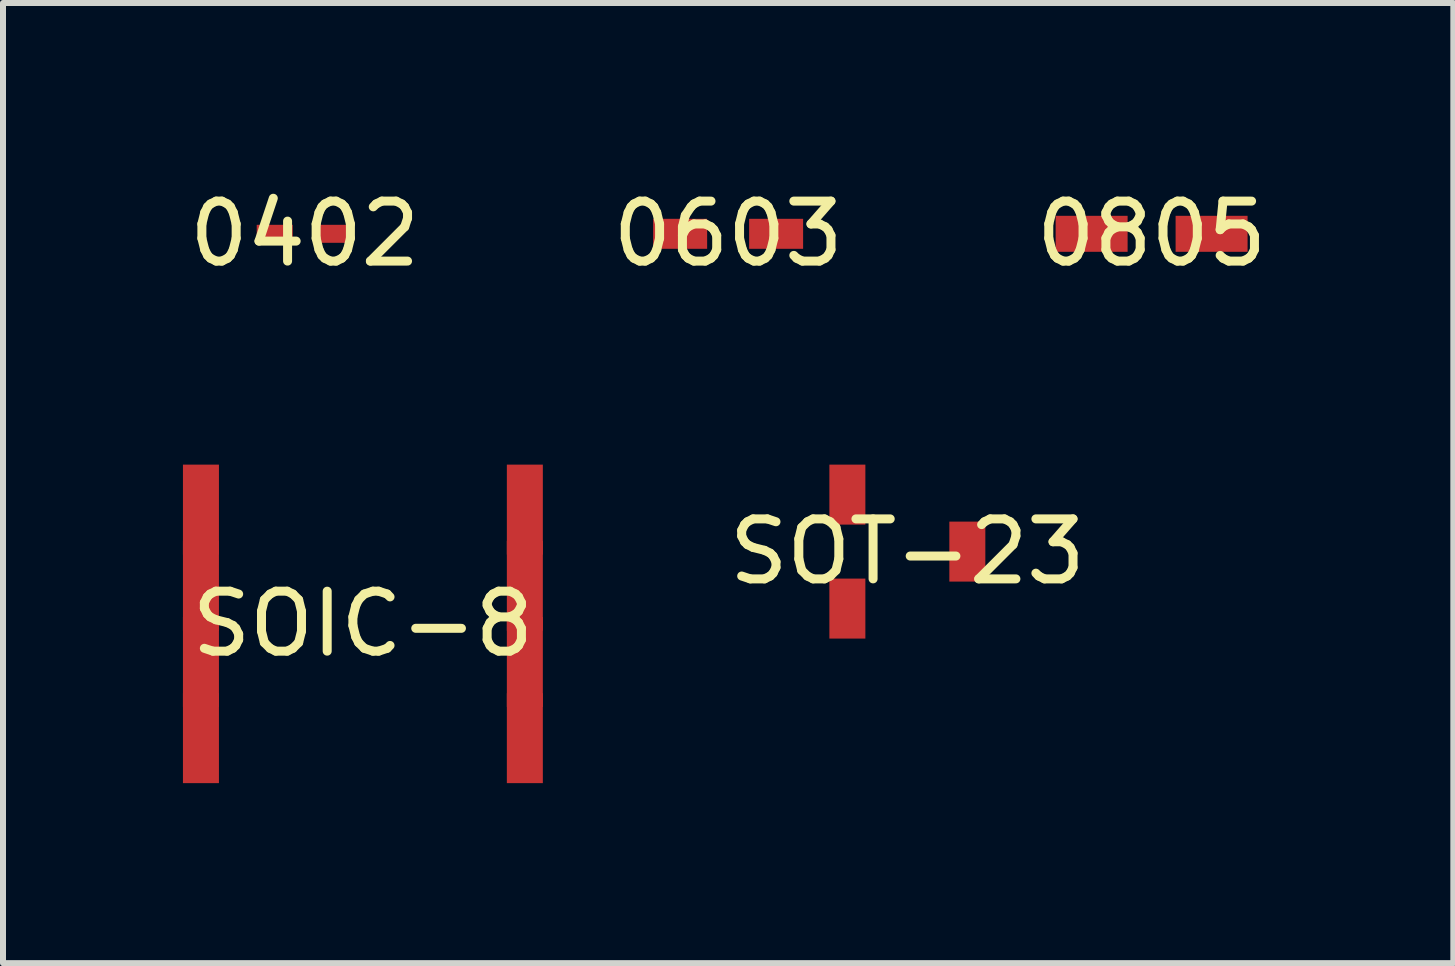
<source format=kicad_pcb>
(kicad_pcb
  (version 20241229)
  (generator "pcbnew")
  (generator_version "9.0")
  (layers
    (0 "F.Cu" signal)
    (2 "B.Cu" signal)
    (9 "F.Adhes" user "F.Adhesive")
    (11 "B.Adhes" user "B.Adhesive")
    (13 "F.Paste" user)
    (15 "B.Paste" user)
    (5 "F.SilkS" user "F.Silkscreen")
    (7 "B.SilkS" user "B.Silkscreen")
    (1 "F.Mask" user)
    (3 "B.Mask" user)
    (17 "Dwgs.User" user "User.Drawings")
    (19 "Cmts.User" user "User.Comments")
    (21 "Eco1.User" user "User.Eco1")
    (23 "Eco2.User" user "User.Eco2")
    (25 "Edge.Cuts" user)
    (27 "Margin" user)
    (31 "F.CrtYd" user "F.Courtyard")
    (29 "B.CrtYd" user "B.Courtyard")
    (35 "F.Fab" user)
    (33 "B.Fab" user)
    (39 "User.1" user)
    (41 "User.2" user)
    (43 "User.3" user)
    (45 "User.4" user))
  (footprint "SOIC-8"
    (layer "F.Cu")
    (at 3 7.351)
    (property "Reference" "SOIC-8" (at 0 0 0) (layer "F.SilkS") (effects (font (size 1 1) (thickness 0.15))))
    (attr smd)
    (pad "1" smd rect (at -2.7 1.905) (size 0.6 1.5) (layers "F.Cu" "F.Mask" "F.Paste"))
    (pad "2" smd rect (at -2.7 0.635) (size 0.6 1.5) (layers "F.Cu" "F.Mask" "F.Paste"))
    (pad "3" smd rect (at -2.7 -0.635) (size 0.6 1.5) (layers "F.Cu" "F.Mask" "F.Paste"))
    (pad "4" smd rect (at -2.7 -1.905) (size 0.6 1.5) (layers "F.Cu" "F.Mask" "F.Paste"))
    (pad "5" smd rect (at 2.7 -1.905) (size 0.6 1.5) (layers "F.Cu" "F.Mask" "F.Paste"))
    (pad "6" smd rect (at 2.7 -0.635) (size 0.6 1.5) (layers "F.Cu" "F.Mask" "F.Paste"))
    (pad "7" smd rect (at 2.7 0.635) (size 0.6 1.5) (layers "F.Cu" "F.Mask" "F.Paste"))
    (pad "8" smd rect (at 2.7 1.905) (size 0.6 1.5) (layers "F.Cu" "F.Mask" "F.Paste")))
  (footprint "0603"
    (layer "F.Cu")
    (at 9.089 0.848)
    (property "Reference" "0603" (at 0 0 0) (layer "F.SilkS") (effects (font (size 1 1) (thickness 0.15))))
    (attr smd)
    (pad "1" smd rect (at -0.8 0) (size 0.9 0.5) (layers "F.Cu" "F.Mask" "F.Paste"))
    (pad "2" smd rect (at 0.8 0) (size 0.9 0.5) (layers "F.Cu" "F.Mask" "F.Paste")))
  (footprint "0805"
    (layer "F.Cu")
    (at 16.149 0.848)
    (property "Reference" "0805" (at 0 0 0) (layer "F.SilkS") (effects (font (size 1 1) (thickness 0.15))))
    (attr smd)
    (pad "1" smd rect (at -1 0) (size 1.2 0.6) (layers "F.Cu" "F.Mask" "F.Paste"))
    (pad "2" smd rect (at 1 0) (size 1.2 0.6) (layers "F.Cu" "F.Mask" "F.Paste")))
  (footprint "SOT-23"
    (layer "F.Cu")
    (at 12.077 6.146)
    (property "Reference" "SOT-23" (at 0 0 0) (layer "F.SilkS") (effects (font (size 1 1) (thickness 0.15))))
    (attr smd)
    (pad "1" smd rect (at -1 0.95) (size 0.6 1) (layers "F.Cu" "F.Mask" "F.Paste"))
    (pad "2" smd rect (at -1 -0.95) (size 0.6 1) (layers "F.Cu" "F.Mask" "F.Paste"))
    (pad "3" smd rect (at 1 0) (size 0.6 1) (layers "F.Cu" "F.Mask" "F.Paste")))
  (footprint "0402"
    (layer "F.Cu")
    (at 2.03 0.848)
    (property "Reference" "0402" (at 0 0 0) (layer "F.SilkS") (effects (font (size 1 1) (thickness 0.15))))
    (attr smd)
    (pad "1" smd rect (at -0.5 0) (size 0.6 0.3) (layers "F.Cu" "F.Mask" "F.Paste"))
    (pad "2" smd rect (at 0.5 0) (size 0.6 0.3) (layers "F.Cu" "F.Mask" "F.Paste")))
  (gr_rect
    (start -3 -3)
    (end 21.179 13.007)
    (stroke (width 0.1) (type default))
    (fill no)
    (layer "Edge.Cuts")))
</source>
